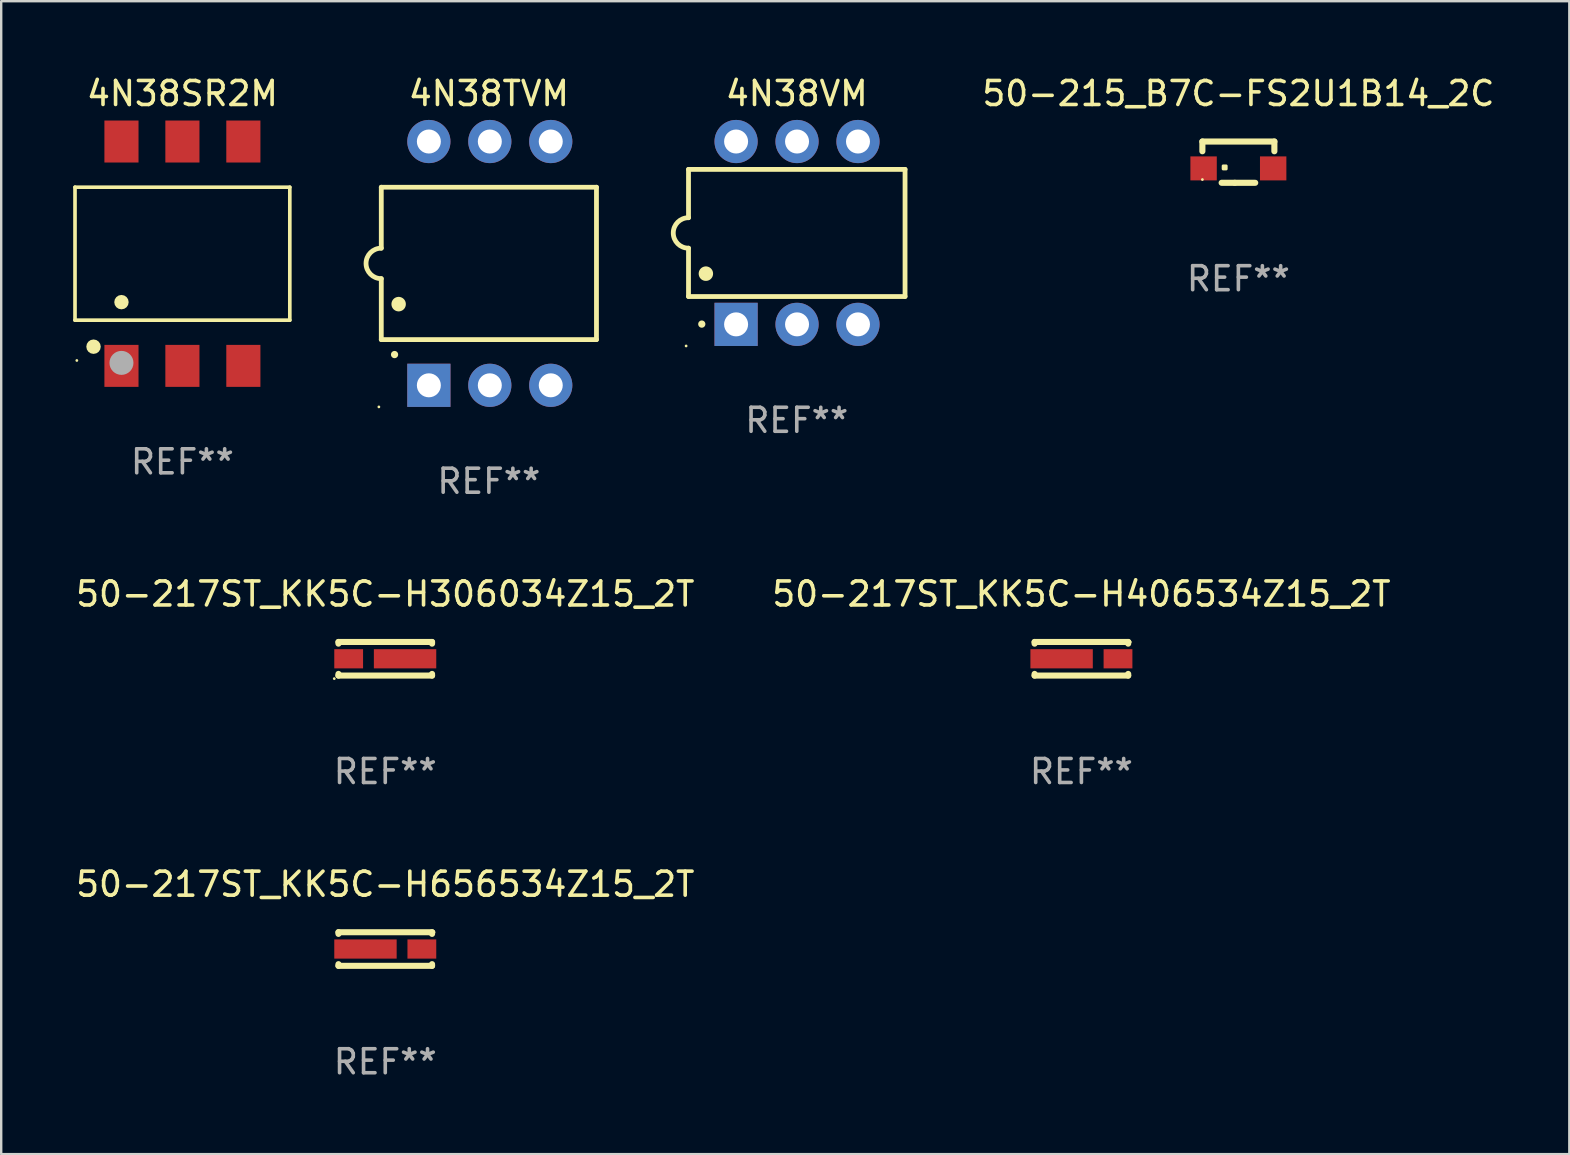
<source format=kicad_pcb>
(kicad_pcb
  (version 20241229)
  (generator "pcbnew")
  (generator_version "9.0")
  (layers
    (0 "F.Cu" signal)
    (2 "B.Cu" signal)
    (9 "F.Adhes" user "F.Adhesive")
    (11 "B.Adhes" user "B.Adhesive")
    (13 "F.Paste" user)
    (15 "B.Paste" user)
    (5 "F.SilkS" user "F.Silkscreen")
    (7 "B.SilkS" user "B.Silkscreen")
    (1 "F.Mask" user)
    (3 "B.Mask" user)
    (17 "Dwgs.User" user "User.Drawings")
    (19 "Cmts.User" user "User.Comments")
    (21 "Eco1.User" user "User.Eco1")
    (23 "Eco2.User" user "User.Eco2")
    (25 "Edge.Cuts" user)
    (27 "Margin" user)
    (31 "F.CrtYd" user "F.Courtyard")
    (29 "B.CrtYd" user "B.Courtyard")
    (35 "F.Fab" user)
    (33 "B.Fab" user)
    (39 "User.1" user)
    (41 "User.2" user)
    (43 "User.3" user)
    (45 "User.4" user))
  (footprint "50-217ST_KK5C-H306034Z15_2T"
    (layer "F.Cu")
    (at 13.006 24.405)
    (property "Reference" "50-217ST_KK5C-H306034Z15_2T" (at 0 -2.7 0) (layer "F.SilkS") (effects (font (size 1 1) (thickness 0.15))))
    (attr through_hole)
    (fp_line (start -1.95 -0.7) (end -1.95 -0.631) (stroke (width 0.254) (type solid)) (layer "F.SilkS"))
    (fp_line (start -1.95 -0.7) (end 1.95 -0.7) (stroke (width 0.254) (type solid)) (layer "F.SilkS"))
    (fp_line (start -1.95 0.631) (end -1.95 0.7) (stroke (width 0.254) (type solid)) (layer "F.SilkS"))
    (fp_line (start -1.95 0.7) (end 1.95 0.7) (stroke (width 0.254) (type solid)) (layer "F.SilkS"))
    (fp_line (start 1.95 -0.7) (end 1.95 -0.631) (stroke (width 0.254) (type solid)) (layer "F.SilkS"))
    (fp_line (start 1.95 0.631) (end 1.95 0.7) (stroke (width 0.254) (type solid)) (layer "F.SilkS"))
    (fp_circle (center -2.125 0.827) (end -2.095 0.827) (stroke (width 0.06) (type solid)) (fill no) (layer "F.SilkS"))
    (fp_text user "REF**" (at 0 4.7 0) (layer "F.Fab") (effects (font (size 1 1) (thickness 0.15))))
    (pad "1" smd rect (at -1.525 0) (size 1.2 0.8) (layers "F.Cu" "F.Mask" "F.Paste"))
    (pad "2" smd rect (at 0.825 0) (size 2.6 0.8) (layers "F.Cu" "F.Mask" "F.Paste")))
  (footprint "50-217ST_KK5C-H406534Z15_2T"
    (layer "F.Cu")
    (at 42.018 24.405)
    (property "Reference" "50-217ST_KK5C-H406534Z15_2T" (at 0 -2.7 0) (layer "F.SilkS") (effects (font (size 1 1) (thickness 0.15))))
    (attr through_hole)
    (fp_line (start -1.95 -0.7) (end -1.95 -0.631) (stroke (width 0.254) (type solid)) (layer "F.SilkS"))
    (fp_line (start -1.95 0.631) (end -1.95 0.7) (stroke (width 0.254) (type solid)) (layer "F.SilkS"))
    (fp_line (start 1.95 -0.7) (end -1.95 -0.7) (stroke (width 0.254) (type solid)) (layer "F.SilkS"))
    (fp_line (start 1.95 -0.7) (end 1.95 -0.631) (stroke (width 0.254) (type solid)) (layer "F.SilkS"))
    (fp_line (start 1.95 0.631) (end 1.95 0.7) (stroke (width 0.254) (type solid)) (layer "F.SilkS"))
    (fp_line (start 1.95 0.7) (end -1.95 0.7) (stroke (width 0.254) (type solid)) (layer "F.SilkS"))
    (fp_circle (center 2 -0.7) (end 2.029 -0.7) (stroke (width 0.06) (type solid)) (fill no) (layer "F.SilkS"))
    (fp_text user "REF**" (at 0 4.7 0) (layer "F.Fab") (effects (font (size 1 1) (thickness 0.15))))
    (pad "1" smd rect (at 1.525 0) (size 1.2 0.8) (layers "F.Cu" "F.Mask" "F.Paste"))
    (pad "2" smd rect (at -0.825 0) (size 2.6 0.8) (layers "F.Cu" "F.Mask" "F.Paste")))
  (footprint "4N38VM"
    (layer "F.Cu")
    (at 30.156 6.658)
    (property "Reference" "4N38VM" (at 0 -5.81 0) (layer "F.SilkS") (effects (font (size 1 1) (thickness 0.15))))
    (attr through_hole)
    (fp_line (start -4.512 -2.649) (end 4.512 -2.649) (stroke (width 0.2) (type solid)) (layer "F.SilkS"))
    (fp_line (start -4.512 -0.635) (end -4.512 -2.649) (stroke (width 0.2) (type solid)) (layer "F.SilkS"))
    (fp_line (start -4.512 2.649) (end -4.512 0.635) (stroke (width 0.2) (type solid)) (layer "F.SilkS"))
    (fp_line (start 4.512 -2.649) (end 4.512 2.649) (stroke (width 0.2) (type solid)) (layer "F.SilkS"))
    (fp_line (start 4.512 2.649) (end -4.512 2.649) (stroke (width 0.2) (type solid)) (layer "F.SilkS"))
    (fp_arc (start -4.512319 0.635001) (mid -5.14732 0) (end -4.512319 -0.635001) (stroke (width 0.2) (type solid)) (layer "F.SilkS"))
    (fp_arc (start -3.958598 3.799848) (mid -3.958603 3.798578) (end -3.958598 3.797308) (stroke (width 0.3) (type solid)) (layer "F.SilkS"))
    (fp_arc (start -3.788418 1.699263) (mid -3.788429 1.696723) (end -3.788418 1.694183) (stroke (width 0.6) (type solid)) (layer "F.SilkS"))
    (fp_circle (center -4.612 4.71) (end -4.582 4.71) (stroke (width 0.06) (type solid)) (fill no) (layer "F.SilkS"))
    (fp_text user "REF**" (at 0 7.81 0) (layer "F.Fab") (effects (font (size 1 1) (thickness 0.15))))
    (pad "1" thru_hole rect (at -2.529 3.81 90) (size 1.8 1.8) (drill 1) (layers "*.Cu" "*.Mask"))
    (pad "2" thru_hole circle (at 0.011 3.81) (size 1.8 1.8) (drill 1) (layers "*.Cu" "*.Mask"))
    (pad "3" thru_hole circle (at 2.551 3.81) (size 1.8 1.8) (drill 1) (layers "*.Cu" "*.Mask"))
    (pad "4" thru_hole circle (at 2.551 -3.81) (size 1.8 1.8) (drill 1) (layers "*.Cu" "*.Mask"))
    (pad "5" thru_hole circle (at 0.011 -3.81) (size 1.8 1.8) (drill 1) (layers "*.Cu" "*.Mask"))
    (pad "6" thru_hole circle (at -2.529 -3.81) (size 1.8 1.8) (drill 1) (layers "*.Cu" "*.Mask")))
  (footprint "50-215_B7C-FS2U1B14_2C"
    (layer "F.Cu")
    (at 48.56 3.708)
    (property "Reference" "50-215_B7C-FS2U1B14_2C" (at 0 -2.86 0) (layer "F.SilkS") (effects (font (size 1 1) (thickness 0.15))))
    (attr through_hole)
    (fp_line (start -1.5 -0.86) (end -1.5 -0.454) (stroke (width 0.254) (type solid)) (layer "F.SilkS"))
    (fp_line (start -1.5 -0.86) (end 1.5 -0.86) (stroke (width 0.254) (type solid)) (layer "F.SilkS"))
    (fp_line (start -0.15 0.86) (end -0.698 0.86) (stroke (width 0.254) (type solid)) (layer "F.SilkS"))
    (fp_line (start 0.702 0.86) (end -0.15 0.86) (stroke (width 0.254) (type solid)) (layer "F.SilkS"))
    (fp_line (start 1.5 -0.86) (end 1.5 -0.454) (stroke (width 0.254) (type solid)) (layer "F.SilkS"))
    (fp_circle (center -1.5 0.725) (end -1.47 0.725) (stroke (width 0.06) (type solid)) (fill no) (layer "F.SilkS"))
    (fp_poly (pts (xy -0.635 0.156) (xy -0.508 0.156) (xy -0.508 0.283) (xy -0.635 0.283)) (stroke (width 0.12) (type solid)) (fill yes) (layer "F.SilkS"))
    (fp_text user "REF**" (at 0 4.86 0) (layer "F.Fab") (effects (font (size 1 1) (thickness 0.15))))
    (pad "1" smd rect (at -1.45 0.26) (size 1.1 1) (layers "F.Cu" "F.Mask" "F.Paste"))
    (pad "2" smd rect (at 1.45 0.26) (size 1.1 1) (layers "F.Cu" "F.Mask" "F.Paste")))
  (footprint "4N38TVM"
    (layer "F.Cu")
    (at 17.324 7.928)
    (property "Reference" "4N38TVM" (at 0 -7.08 0) (layer "F.SilkS") (effects (font (size 1 1) (thickness 0.15))))
    (attr through_hole)
    (fp_line (start -4.484 -3.175) (end 4.484 -3.175) (stroke (width 0.2) (type solid)) (layer "F.SilkS"))
    (fp_line (start -4.484 -0.635) (end -4.484 -3.175) (stroke (width 0.2) (type solid)) (layer "F.SilkS"))
    (fp_line (start -4.484 0.635) (end -4.484 3.175) (stroke (width 0.2) (type solid)) (layer "F.SilkS"))
    (fp_line (start -4.484 3.175) (end 4.484 3.175) (stroke (width 0.2) (type solid)) (layer "F.SilkS"))
    (fp_line (start 4.484 -3.175) (end 4.484 3.175) (stroke (width 0.2) (type solid)) (layer "F.SilkS"))
    (fp_arc (start -4.484379 0.635001) (mid -5.11938 0) (end -4.484379 -0.635001) (stroke (width 0.2) (type solid)) (layer "F.SilkS"))
    (fp_arc (start -3.930658 3.799848) (mid -3.930663 3.798578) (end -3.930658 3.797308) (stroke (width 0.3) (type solid)) (layer "F.SilkS"))
    (fp_arc (start -3.760478 1.699263) (mid -3.760489 1.696723) (end -3.760478 1.694183) (stroke (width 0.6) (type solid)) (layer "F.SilkS"))
    (fp_circle (center -4.584 5.98) (end -4.554 5.98) (stroke (width 0.06) (type solid)) (fill no) (layer "F.SilkS"))
    (fp_text user "REF**" (at 0 9.08 0) (layer "F.Fab") (effects (font (size 1 1) (thickness 0.15))))
    (pad "1" thru_hole rect (at -2.501 5.08 90) (size 1.8 1.8) (drill 1) (layers "*.Cu" "*.Mask"))
    (pad "2" thru_hole circle (at 0.039 5.08) (size 1.8 1.8) (drill 1) (layers "*.Cu" "*.Mask"))
    (pad "3" thru_hole circle (at 2.579 5.08) (size 1.8 1.8) (drill 1) (layers "*.Cu" "*.Mask"))
    (pad "4" thru_hole circle (at 2.579 -5.08) (size 1.8 1.8) (drill 1) (layers "*.Cu" "*.Mask"))
    (pad "5" thru_hole circle (at 0.039 -5.08) (size 1.8 1.8) (drill 1) (layers "*.Cu" "*.Mask"))
    (pad "6" thru_hole circle (at -2.501 -5.08) (size 1.8 1.8) (drill 1) (layers "*.Cu" "*.Mask")))
  (footprint "4N38SR2M"
    (layer "F.Cu")
    (at 4.552 7.523)
    (property "Reference" "4N38SR2M" (at 0 -6.675 0) (layer "F.SilkS") (effects (font (size 1 1) (thickness 0.15))))
    (attr through_hole)
    (fp_line (start -4.476 -2.771) (end 4.476 -2.771) (stroke (width 0.152) (type solid)) (layer "F.SilkS"))
    (fp_line (start -4.476 2.771) (end -4.476 -2.771) (stroke (width 0.152) (type solid)) (layer "F.SilkS"))
    (fp_line (start 4.476 -2.771) (end 4.476 2.771) (stroke (width 0.152) (type solid)) (layer "F.SilkS"))
    (fp_line (start 4.476 2.771) (end -4.476 2.771) (stroke (width 0.152) (type solid)) (layer "F.SilkS"))
    (fp_circle (center -4.4 4.45) (end -4.37 4.45) (stroke (width 0.06) (type solid)) (fill no) (layer "F.SilkS"))
    (fp_circle (center -3.704 3.875) (end -3.553 3.875) (stroke (width 0.3) (type solid)) (fill no) (layer "F.SilkS"))
    (fp_circle (center -2.54 2.019) (end -2.39 2.019) (stroke (width 0.3) (type solid)) (fill no) (layer "F.SilkS"))
    (fp_circle (center -2.54 4.55) (end -2.29 4.55) (stroke (width 0.5) (type solid)) (fill no) (layer "F.Fab"))
    (fp_text user "REF**" (at 0 8.675 0) (layer "F.Fab") (effects (font (size 1 1) (thickness 0.15))))
    (pad "1" smd rect (at -2.54 4.675) (size 1.422 1.75) (layers "F.Cu" "F.Mask" "F.Paste"))
    (pad "2" smd rect (at 0 4.675) (size 1.422 1.75) (layers "F.Cu" "F.Mask" "F.Paste"))
    (pad "3" smd rect (at 2.54 4.675) (size 1.422 1.75) (layers "F.Cu" "F.Mask" "F.Paste"))
    (pad "4" smd rect (at 2.54 -4.675) (size 1.422 1.75) (layers "F.Cu" "F.Mask" "F.Paste"))
    (pad "5" smd rect (at 0 -4.675) (size 1.422 1.75) (layers "F.Cu" "F.Mask" "F.Paste"))
    (pad "6" smd rect (at -2.54 -4.675) (size 1.422 1.75) (layers "F.Cu" "F.Mask" "F.Paste")))
  (footprint "50-217ST_KK5C-H656534Z15_2T"
    (layer "F.Cu")
    (at 13.006 36.501)
    (property "Reference" "50-217ST_KK5C-H656534Z15_2T" (at 0 -2.7 0) (layer "F.SilkS") (effects (font (size 1 1) (thickness 0.15))))
    (attr through_hole)
    (fp_line (start -1.95 -0.7) (end -1.95 -0.631) (stroke (width 0.254) (type solid)) (layer "F.SilkS"))
    (fp_line (start -1.95 0.631) (end -1.95 0.7) (stroke (width 0.254) (type solid)) (layer "F.SilkS"))
    (fp_line (start 1.95 -0.7) (end -1.95 -0.7) (stroke (width 0.254) (type solid)) (layer "F.SilkS"))
    (fp_line (start 1.95 -0.7) (end 1.95 -0.631) (stroke (width 0.254) (type solid)) (layer "F.SilkS"))
    (fp_line (start 1.95 0.631) (end 1.95 0.7) (stroke (width 0.254) (type solid)) (layer "F.SilkS"))
    (fp_line (start 1.95 0.7) (end -1.95 0.7) (stroke (width 0.254) (type solid)) (layer "F.SilkS"))
    (fp_circle (center 2 -0.7) (end 2.029 -0.7) (stroke (width 0.06) (type solid)) (fill no) (layer "F.SilkS"))
    (fp_text user "REF**" (at 0 4.7 0) (layer "F.Fab") (effects (font (size 1 1) (thickness 0.15))))
    (pad "1" smd rect (at 1.525 0) (size 1.2 0.8) (layers "F.Cu" "F.Mask" "F.Paste"))
    (pad "2" smd rect (at -0.825 0) (size 2.6 0.8) (layers "F.Cu" "F.Mask" "F.Paste")))
  (gr_rect
    (start -3 -3)
    (end 62.352 45.05)
    (stroke (width 0.1) (type default))
    (fill no)
    (layer "Edge.Cuts")))
</source>
